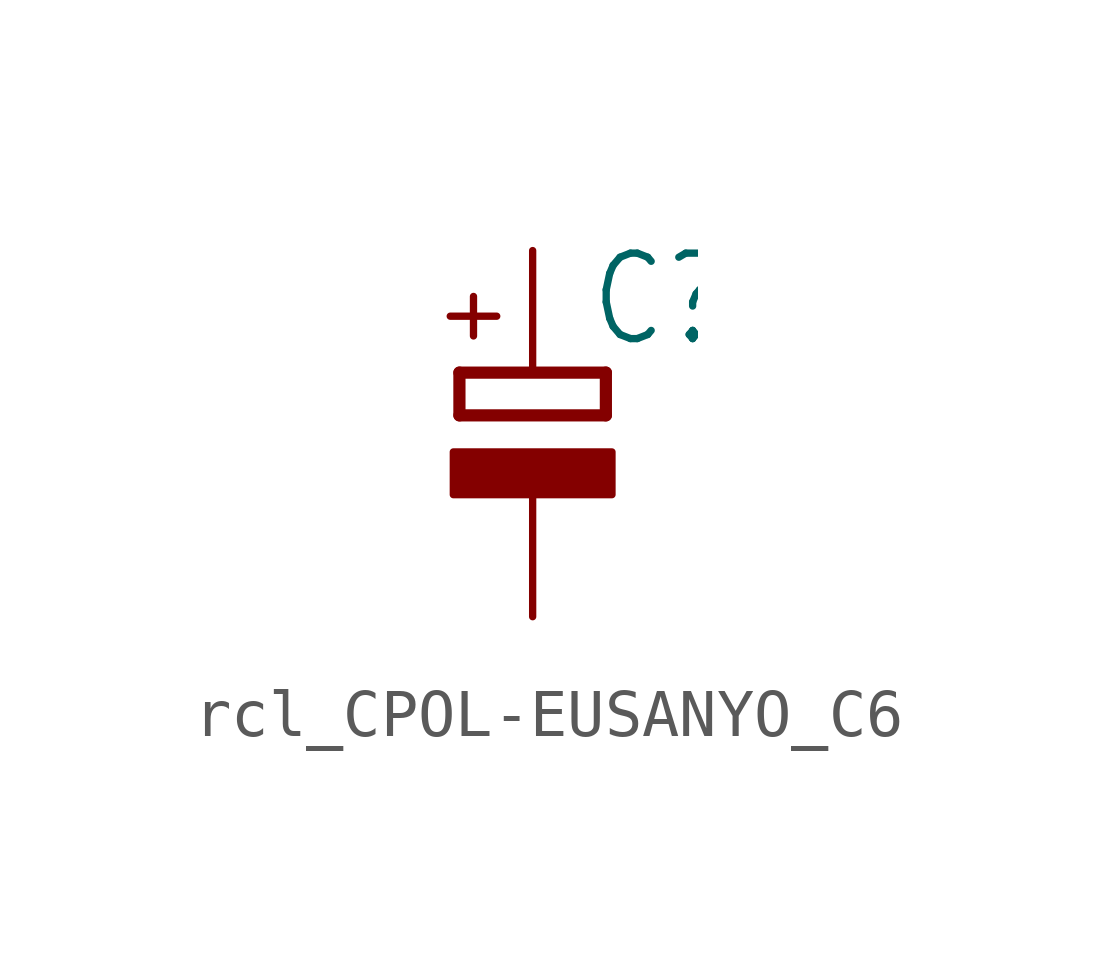
<source format=kicad_sym>
(kicad_symbol_lib
  (version 20241209)
  (generator "kicad_symbol_editor")
  (generator_version "9.0")
  (symbol "rcl_CPOL-EUSANYO_C6"
    (property "Reference" "C"
      (at 1.143 0.483 0)
      (effects (font (size 1.778 1.511)) (justify left bottom)))
    (property "Value" ""
      (at 1.143 -4.597 0)
      (effects (font (size 1.778 1.511)) (justify left bottom)))
    (property "ki_locked" ""
      (at 0 0 0)
      (effects (font (size 1.27 1.27))))
    (symbol "rcl_CPOL-EUSANYO_C6_1_0"
      (rectangle (start -1.651 -2.54) (end 1.651 -1.651) (stroke (width 0) (type default)) (fill (type outline)))
      (polyline (pts (xy -1.524 0) (xy -1.524 -0.889)) (stroke (width 0.254) (type solid)) (fill (type none)))
      (polyline (pts (xy -1.524 0) (xy 1.524 0)) (stroke (width 0.254) (type solid)) (fill (type none)))
      (polyline (pts (xy -1.524 -0.889) (xy 1.524 -0.889)) (stroke (width 0.254) (type solid)) (fill (type none)))
      (polyline (pts (xy 1.524 -0.889) (xy 1.524 0)) (stroke (width 0.254) (type solid)) (fill (type none)))
      (text "+" (at -0.584 0.406 900) (effects (font (size 1.27 1.079)) (justify left bottom)))
      (pin passive line (at 0 2.54 270) (length 2.54) (name "+" (effects (font (size 0 0)))) (number "+" (effects (font (size 0 0)))))
      (pin passive line (at 0 -5.08 90) (length 2.54) (name "-" (effects (font (size 0 0)))) (number "-" (effects (font (size 0 0))))))))
</source>
